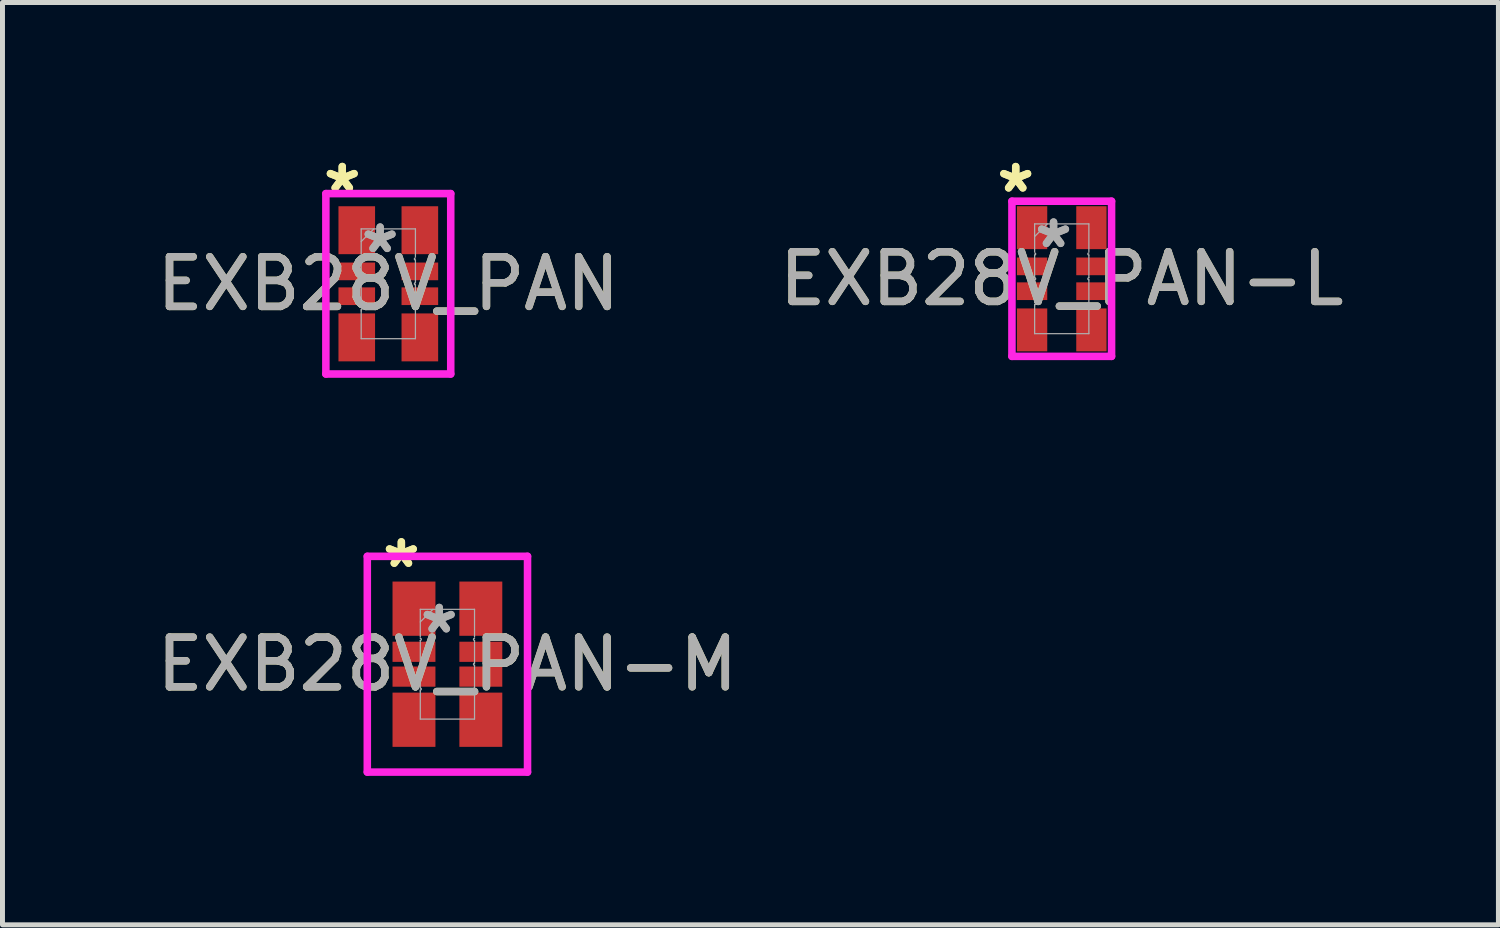
<source format=kicad_pcb>
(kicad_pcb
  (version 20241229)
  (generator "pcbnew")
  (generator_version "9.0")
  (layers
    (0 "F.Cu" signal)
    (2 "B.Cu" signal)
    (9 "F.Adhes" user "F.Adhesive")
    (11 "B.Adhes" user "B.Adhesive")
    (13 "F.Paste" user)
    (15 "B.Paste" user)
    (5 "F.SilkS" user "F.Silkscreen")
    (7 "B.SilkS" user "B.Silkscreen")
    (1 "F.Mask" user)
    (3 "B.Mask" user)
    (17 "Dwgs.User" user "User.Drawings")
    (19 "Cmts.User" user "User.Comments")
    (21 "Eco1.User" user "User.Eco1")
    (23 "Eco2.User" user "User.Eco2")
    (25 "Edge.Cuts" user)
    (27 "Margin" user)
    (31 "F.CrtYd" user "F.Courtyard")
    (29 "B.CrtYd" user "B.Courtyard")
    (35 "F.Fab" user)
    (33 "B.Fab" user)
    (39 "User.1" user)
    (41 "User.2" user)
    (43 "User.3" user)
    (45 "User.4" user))
  (footprint "EXB28V_PAN"
    (layer "F.Cu")
    (at 4.768 2.664)
    (property "Reference" "EXB28V_PAN" (at 0 0 0) (unlocked yes) (layer "F.SilkS") (effects (font (size 1 1) (thickness 0.15))))
    (attr smd)
    (fp_line (start -1.257 -1.816) (end 1.257 -1.816) (stroke (width 0.152) (type solid)) (layer "F.CrtYd"))
    (fp_line (start -1.257 1.816) (end -1.257 -1.816) (stroke (width 0.152) (type solid)) (layer "F.CrtYd"))
    (fp_line (start 1.257 -1.816) (end 1.257 1.816) (stroke (width 0.152) (type solid)) (layer "F.CrtYd"))
    (fp_line (start 1.257 1.816) (end -1.257 1.816) (stroke (width 0.152) (type solid)) (layer "F.CrtYd"))
    (fp_line (start -0.546 -1.105) (end 0.546 -1.105) (stroke (width 0.025) (type solid)) (layer "F.Fab"))
    (fp_line (start -0.546 -0.546) (end -0.546 -1.105) (stroke (width 0.025) (type solid)) (layer "F.Fab"))
    (fp_line (start -0.546 -0.479) (end -0.546 -0.021) (stroke (width 0.025) (type solid)) (layer "F.Fab"))
    (fp_line (start -0.546 0.021) (end -0.546 0.479) (stroke (width 0.025) (type solid)) (layer "F.Fab"))
    (fp_line (start -0.546 0.521) (end -0.546 0.546) (stroke (width 0.025) (type solid)) (layer "F.Fab"))
    (fp_line (start -0.546 0.546) (end -0.546 1.105) (stroke (width 0.025) (type solid)) (layer "F.Fab"))
    (fp_line (start -0.546 1.105) (end 0.546 1.105) (stroke (width 0.025) (type solid)) (layer "F.Fab"))
    (fp_line (start -0.292 -1.105) (end -0.546 -0.851) (stroke (width 0.025) (type solid)) (layer "F.Fab"))
    (fp_line (start 0.546 -0.546) (end 0.546 -1.105) (stroke (width 0.025) (type solid)) (layer "F.Fab"))
    (fp_line (start 0.546 -0.479) (end 0.546 -0.021) (stroke (width 0.025) (type solid)) (layer "F.Fab"))
    (fp_line (start 0.546 0.021) (end 0.546 0.479) (stroke (width 0.025) (type solid)) (layer "F.Fab"))
    (fp_line (start 0.546 0.521) (end 0.546 0.546) (stroke (width 0.025) (type solid)) (layer "F.Fab"))
    (fp_line (start 0.546 0.546) (end 0.546 1.105) (stroke (width 0.025) (type solid)) (layer "F.Fab"))
    (fp_arc (start -0.5461 -0.521398) (mid -0.524701 -0.499999) (end -0.5461 -0.4786) (stroke (width 0.0254) (type solid)) (layer "F.Fab"))
    (fp_arc (start -0.5461 -0.021399) (mid -0.524701 0) (end -0.5461 0.021399) (stroke (width 0.0254) (type solid)) (layer "F.Fab"))
    (fp_arc (start -0.5461 0.4786) (mid -0.524701 0.499999) (end -0.5461 0.521398) (stroke (width 0.0254) (type solid)) (layer "F.Fab"))
    (fp_arc (start 0.5461 -0.4786) (mid 0.524701 -0.499999) (end 0.5461 -0.521398) (stroke (width 0.0254) (type solid)) (layer "F.Fab"))
    (fp_arc (start 0.5461 0.021399) (mid 0.524701 0) (end 0.5461 -0.021399) (stroke (width 0.0254) (type solid)) (layer "F.Fab"))
    (fp_arc (start 0.5461 0.521398) (mid 0.524701 0.499999) (end 0.5461 0.4786) (stroke (width 0.0254) (type solid)) (layer "F.Fab"))
    (fp_text user "*" (at -0.927 -1.816 0) (layer "F.SilkS") (effects (font (size 1 1) (thickness 0.15))))
    (fp_text user "*" (at -0.927 -1.816 0) (unlocked yes) (layer "F.SilkS") (effects (font (size 1 1) (thickness 0.15))))
    (fp_text user "*" (at -0.165 -0.597 0) (unlocked yes) (layer "F.Fab") (effects (font (size 1 1) (thickness 0.15))))
    (fp_text user "*" (at -0.165 -0.597 0) (layer "F.Fab") (effects (font (size 1 1) (thickness 0.15))))
    (fp_text user "${REFERENCE}" (at 0 0 0) (unlocked yes) (layer "F.Fab") (effects (font (size 1 1) (thickness 0.15))))
    (pad "1" smd rect (at -0.635 -1.079) (size 0.737 0.965) (layers "F.Cu" "F.Mask" "F.Paste"))
    (pad "2" smd rect (at -0.635 -0.25) (size 0.737 0.356) (layers "F.Cu" "F.Mask" "F.Paste"))
    (pad "3" smd rect (at -0.635 0.25) (size 0.737 0.356) (layers "F.Cu" "F.Mask" "F.Paste"))
    (pad "4" smd rect (at -0.635 1.079) (size 0.737 0.965) (layers "F.Cu" "F.Mask" "F.Paste"))
    (pad "5" smd rect (at 0.635 1.079) (size 0.737 0.965) (layers "F.Cu" "F.Mask" "F.Paste"))
    (pad "6" smd rect (at 0.635 0.25) (size 0.737 0.356) (layers "F.Cu" "F.Mask" "F.Paste"))
    (pad "7" smd rect (at 0.635 -0.25) (size 0.737 0.356) (layers "F.Cu" "F.Mask" "F.Paste"))
    (pad "8" smd rect (at 0.635 -1.079) (size 0.737 0.965) (layers "F.Cu" "F.Mask" "F.Paste")))
  (footprint "EXB28V_PAN-M"
    (layer "F.Cu")
    (at 5.958 10.323)
    (property "Reference" "EXB28V_PAN-M" (at 0 0 0) (unlocked yes) (layer "F.SilkS") (effects (font (size 1 1) (thickness 0.15))))
    (attr smd)
    (fp_line (start -1.613 -2.172) (end 1.613 -2.172) (stroke (width 0.152) (type solid)) (layer "F.CrtYd"))
    (fp_line (start -1.613 2.172) (end -1.613 -2.172) (stroke (width 0.152) (type solid)) (layer "F.CrtYd"))
    (fp_line (start 1.613 -2.172) (end 1.613 2.172) (stroke (width 0.152) (type solid)) (layer "F.CrtYd"))
    (fp_line (start 1.613 2.172) (end -1.613 2.172) (stroke (width 0.152) (type solid)) (layer "F.CrtYd"))
    (fp_line (start -0.546 -1.105) (end 0.546 -1.105) (stroke (width 0.025) (type solid)) (layer "F.Fab"))
    (fp_line (start -0.546 -0.546) (end -0.546 -1.105) (stroke (width 0.025) (type solid)) (layer "F.Fab"))
    (fp_line (start -0.546 -0.479) (end -0.546 -0.021) (stroke (width 0.025) (type solid)) (layer "F.Fab"))
    (fp_line (start -0.546 0.021) (end -0.546 0.479) (stroke (width 0.025) (type solid)) (layer "F.Fab"))
    (fp_line (start -0.546 0.521) (end -0.546 0.546) (stroke (width 0.025) (type solid)) (layer "F.Fab"))
    (fp_line (start -0.546 0.546) (end -0.546 1.105) (stroke (width 0.025) (type solid)) (layer "F.Fab"))
    (fp_line (start -0.546 1.105) (end 0.546 1.105) (stroke (width 0.025) (type solid)) (layer "F.Fab"))
    (fp_line (start -0.292 -1.105) (end -0.546 -0.851) (stroke (width 0.025) (type solid)) (layer "F.Fab"))
    (fp_line (start 0.546 -0.546) (end 0.546 -1.105) (stroke (width 0.025) (type solid)) (layer "F.Fab"))
    (fp_line (start 0.546 -0.479) (end 0.546 -0.021) (stroke (width 0.025) (type solid)) (layer "F.Fab"))
    (fp_line (start 0.546 0.021) (end 0.546 0.479) (stroke (width 0.025) (type solid)) (layer "F.Fab"))
    (fp_line (start 0.546 0.521) (end 0.546 0.546) (stroke (width 0.025) (type solid)) (layer "F.Fab"))
    (fp_line (start 0.546 0.546) (end 0.546 1.105) (stroke (width 0.025) (type solid)) (layer "F.Fab"))
    (fp_arc (start -0.5461 -0.521398) (mid -0.524701 -0.499999) (end -0.5461 -0.4786) (stroke (width 0.0254) (type solid)) (layer "F.Fab"))
    (fp_arc (start -0.5461 -0.021399) (mid -0.524701 0) (end -0.5461 0.021399) (stroke (width 0.0254) (type solid)) (layer "F.Fab"))
    (fp_arc (start -0.5461 0.4786) (mid -0.524701 0.499999) (end -0.5461 0.521398) (stroke (width 0.0254) (type solid)) (layer "F.Fab"))
    (fp_arc (start 0.5461 -0.4786) (mid 0.524701 -0.499999) (end 0.5461 -0.521398) (stroke (width 0.0254) (type solid)) (layer "F.Fab"))
    (fp_arc (start 0.5461 0.021399) (mid 0.524701 0) (end 0.5461 -0.021399) (stroke (width 0.0254) (type solid)) (layer "F.Fab"))
    (fp_arc (start 0.5461 0.521398) (mid 0.524701 0.499999) (end 0.5461 0.4786) (stroke (width 0.0254) (type solid)) (layer "F.Fab"))
    (fp_text user "*" (at -0.927 -1.918 0) (unlocked yes) (layer "F.SilkS") (effects (font (size 1 1) (thickness 0.15))))
    (fp_text user "*" (at -0.927 -1.918 0) (layer "F.SilkS") (effects (font (size 1 1) (thickness 0.15))))
    (fp_text user "${REFERENCE}" (at 0 0 0) (unlocked yes) (layer "F.Fab") (effects (font (size 1 1) (thickness 0.15))))
    (fp_text user "*" (at -0.165 -0.597 0) (unlocked yes) (layer "F.Fab") (effects (font (size 1 1) (thickness 0.15))))
    (fp_text user "*" (at -0.165 -0.597 0) (layer "F.Fab") (effects (font (size 1 1) (thickness 0.15))))
    (pad "1" smd rect (at -0.673 -1.118) (size 0.864 1.092) (layers "F.Cu" "F.Mask" "F.Paste"))
    (pad "2" smd rect (at -0.673 -0.25) (size 0.864 0.406) (layers "F.Cu" "F.Mask" "F.Paste"))
    (pad "3" smd rect (at -0.673 0.25) (size 0.864 0.406) (layers "F.Cu" "F.Mask" "F.Paste"))
    (pad "4" smd rect (at -0.673 1.118) (size 0.864 1.092) (layers "F.Cu" "F.Mask" "F.Paste"))
    (pad "5" smd rect (at 0.673 1.118) (size 0.864 1.092) (layers "F.Cu" "F.Mask" "F.Paste"))
    (pad "6" smd rect (at 0.673 0.25) (size 0.864 0.406) (layers "F.Cu" "F.Mask" "F.Paste"))
    (pad "7" smd rect (at 0.673 -0.25) (size 0.864 0.406) (layers "F.Cu" "F.Mask" "F.Paste"))
    (pad "8" smd rect (at 0.673 -1.118) (size 0.864 1.092) (layers "F.Cu" "F.Mask" "F.Paste")))
  (footprint "EXB28V_PAN-L"
    (layer "F.Cu")
    (at 18.327 2.563)
    (property "Reference" "EXB28V_PAN-L" (at 0 0 0) (unlocked yes) (layer "F.SilkS") (effects (font (size 1 1) (thickness 0.15))))
    (attr smd)
    (fp_line (start -1.003 -1.562) (end 1.003 -1.562) (stroke (width 0.152) (type solid)) (layer "F.CrtYd"))
    (fp_line (start -1.003 1.562) (end -1.003 -1.562) (stroke (width 0.152) (type solid)) (layer "F.CrtYd"))
    (fp_line (start 1.003 -1.562) (end 1.003 1.562) (stroke (width 0.152) (type solid)) (layer "F.CrtYd"))
    (fp_line (start 1.003 1.562) (end -1.003 1.562) (stroke (width 0.152) (type solid)) (layer "F.CrtYd"))
    (fp_line (start -0.546 -1.105) (end 0.546 -1.105) (stroke (width 0.025) (type solid)) (layer "F.Fab"))
    (fp_line (start -0.546 -0.546) (end -0.546 -1.105) (stroke (width 0.025) (type solid)) (layer "F.Fab"))
    (fp_line (start -0.546 -0.479) (end -0.546 -0.021) (stroke (width 0.025) (type solid)) (layer "F.Fab"))
    (fp_line (start -0.546 0.021) (end -0.546 0.479) (stroke (width 0.025) (type solid)) (layer "F.Fab"))
    (fp_line (start -0.546 0.521) (end -0.546 0.546) (stroke (width 0.025) (type solid)) (layer "F.Fab"))
    (fp_line (start -0.546 0.546) (end -0.546 1.105) (stroke (width 0.025) (type solid)) (layer "F.Fab"))
    (fp_line (start -0.546 1.105) (end 0.546 1.105) (stroke (width 0.025) (type solid)) (layer "F.Fab"))
    (fp_line (start -0.292 -1.105) (end -0.546 -0.851) (stroke (width 0.025) (type solid)) (layer "F.Fab"))
    (fp_line (start 0.546 -0.546) (end 0.546 -1.105) (stroke (width 0.025) (type solid)) (layer "F.Fab"))
    (fp_line (start 0.546 -0.479) (end 0.546 -0.021) (stroke (width 0.025) (type solid)) (layer "F.Fab"))
    (fp_line (start 0.546 0.021) (end 0.546 0.479) (stroke (width 0.025) (type solid)) (layer "F.Fab"))
    (fp_line (start 0.546 0.521) (end 0.546 0.546) (stroke (width 0.025) (type solid)) (layer "F.Fab"))
    (fp_line (start 0.546 0.546) (end 0.546 1.105) (stroke (width 0.025) (type solid)) (layer "F.Fab"))
    (fp_arc (start -0.5461 -0.521398) (mid -0.524701 -0.499999) (end -0.5461 -0.4786) (stroke (width 0.0254) (type solid)) (layer "F.Fab"))
    (fp_arc (start -0.5461 -0.021399) (mid -0.524701 0) (end -0.5461 0.021399) (stroke (width 0.0254) (type solid)) (layer "F.Fab"))
    (fp_arc (start -0.5461 0.4786) (mid -0.524701 0.499999) (end -0.5461 0.521398) (stroke (width 0.0254) (type solid)) (layer "F.Fab"))
    (fp_arc (start 0.5461 -0.4786) (mid 0.524701 -0.499999) (end 0.5461 -0.521398) (stroke (width 0.0254) (type solid)) (layer "F.Fab"))
    (fp_arc (start 0.5461 0.021399) (mid 0.524701 0) (end 0.5461 -0.021399) (stroke (width 0.0254) (type solid)) (layer "F.Fab"))
    (fp_arc (start 0.5461 0.521398) (mid 0.524701 0.499999) (end 0.5461 0.4786) (stroke (width 0.0254) (type solid)) (layer "F.Fab"))
    (fp_text user "*" (at -0.927 -1.714 0) (unlocked yes) (layer "F.SilkS") (effects (font (size 1 1) (thickness 0.15))))
    (fp_text user "*" (at -0.927 -1.714 0) (layer "F.SilkS") (effects (font (size 1 1) (thickness 0.15))))
    (fp_text user "*" (at -0.165 -0.597 0) (unlocked yes) (layer "F.Fab") (effects (font (size 1 1) (thickness 0.15))))
    (fp_text user "*" (at -0.165 -0.597 0) (layer "F.Fab") (effects (font (size 1 1) (thickness 0.15))))
    (fp_text user "${REFERENCE}" (at 0 0 0) (unlocked yes) (layer "F.Fab") (effects (font (size 1 1) (thickness 0.15))))
    (pad "1" smd rect (at -0.597 -1.029) (size 0.61 0.864) (layers "F.Cu" "F.Mask" "F.Paste"))
    (pad "2" smd rect (at -0.597 -0.25) (size 0.61 0.356) (layers "F.Cu" "F.Mask" "F.Paste"))
    (pad "3" smd rect (at -0.597 0.25) (size 0.61 0.356) (layers "F.Cu" "F.Mask" "F.Paste"))
    (pad "4" smd rect (at -0.597 1.029) (size 0.61 0.864) (layers "F.Cu" "F.Mask" "F.Paste"))
    (pad "5" smd rect (at 0.597 1.029) (size 0.61 0.864) (layers "F.Cu" "F.Mask" "F.Paste"))
    (pad "6" smd rect (at 0.597 0.25) (size 0.61 0.356) (layers "F.Cu" "F.Mask" "F.Paste"))
    (pad "7" smd rect (at 0.597 -0.25) (size 0.61 0.356) (layers "F.Cu" "F.Mask" "F.Paste"))
    (pad "8" smd rect (at 0.597 -1.029) (size 0.61 0.864) (layers "F.Cu" "F.Mask" "F.Paste")))
  (gr_rect
    (start -3 -3)
    (end 27.119 15.57)
    (stroke (width 0.1) (type default))
    (fill no)
    (layer "Edge.Cuts")))
</source>
